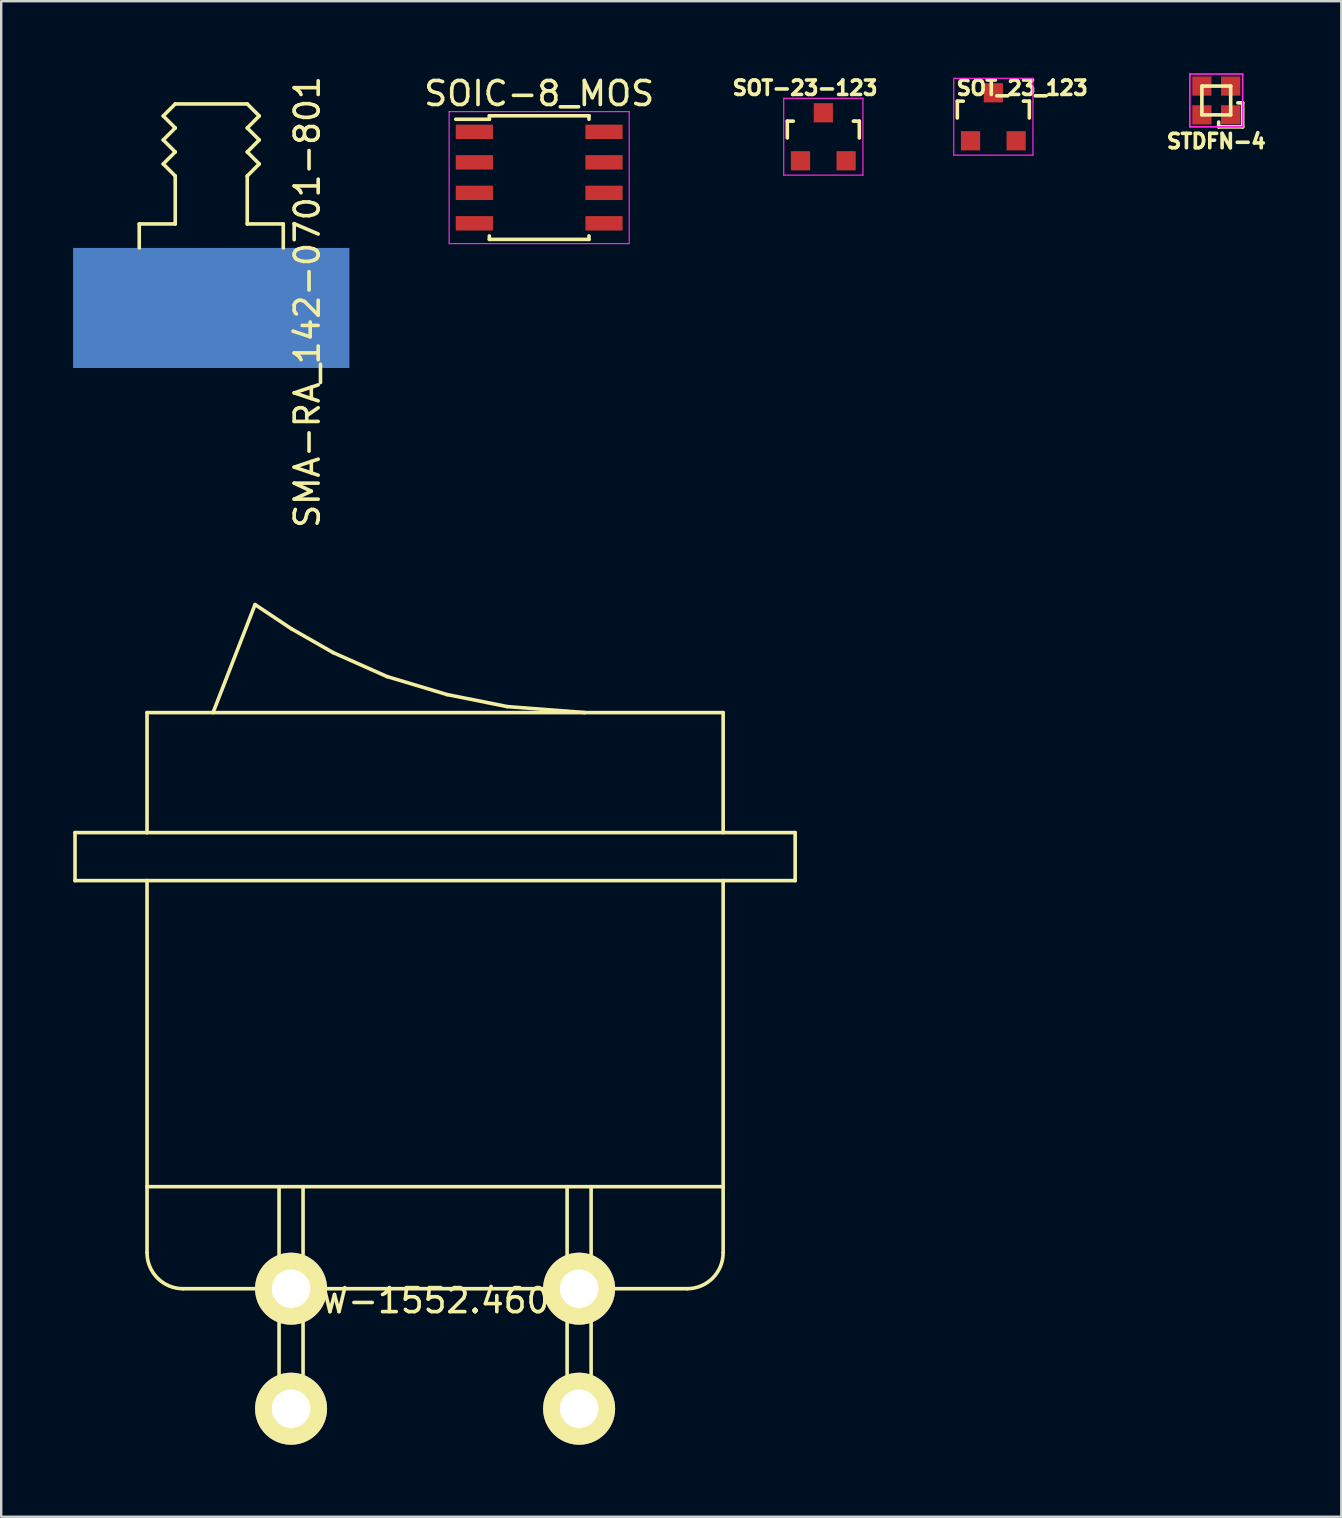
<source format=kicad_pcb>
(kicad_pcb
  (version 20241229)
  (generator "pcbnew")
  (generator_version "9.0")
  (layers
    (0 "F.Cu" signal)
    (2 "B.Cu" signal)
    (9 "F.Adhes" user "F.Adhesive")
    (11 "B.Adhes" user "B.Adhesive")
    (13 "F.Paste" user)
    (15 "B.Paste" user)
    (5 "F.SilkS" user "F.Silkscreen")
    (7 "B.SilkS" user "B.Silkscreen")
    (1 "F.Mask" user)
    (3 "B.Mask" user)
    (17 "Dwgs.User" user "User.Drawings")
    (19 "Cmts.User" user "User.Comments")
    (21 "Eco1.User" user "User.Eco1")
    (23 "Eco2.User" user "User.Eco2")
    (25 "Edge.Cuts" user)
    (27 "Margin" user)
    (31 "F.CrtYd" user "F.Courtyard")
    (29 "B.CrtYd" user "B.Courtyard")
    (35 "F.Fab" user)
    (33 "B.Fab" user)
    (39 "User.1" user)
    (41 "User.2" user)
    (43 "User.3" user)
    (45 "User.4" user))
  (footprint "SOIC-8_MOS"
    (layer "F.Cu")
    (at 19.411 4.348)
    (property "Reference" "SOIC-8_MOS" (at 0 -3.5 0) (layer "F.SilkS") (effects (font (size 1 1) (thickness 0.15))))
    (attr smd)
    (fp_line (start -2.075 -2.575) (end -2.075 -2.43) (stroke (width 0.15) (type solid)) (layer "F.SilkS"))
    (fp_line (start -2.075 -2.575) (end 2.075 -2.575) (stroke (width 0.15) (type solid)) (layer "F.SilkS"))
    (fp_line (start -2.075 -2.43) (end -3.475 -2.43) (stroke (width 0.15) (type solid)) (layer "F.SilkS"))
    (fp_line (start -2.075 2.575) (end -2.075 2.43) (stroke (width 0.15) (type solid)) (layer "F.SilkS"))
    (fp_line (start -2.075 2.575) (end 2.075 2.575) (stroke (width 0.15) (type solid)) (layer "F.SilkS"))
    (fp_line (start 2.075 -2.575) (end 2.075 -2.43) (stroke (width 0.15) (type solid)) (layer "F.SilkS"))
    (fp_line (start 2.075 2.575) (end 2.075 2.43) (stroke (width 0.15) (type solid)) (layer "F.SilkS"))
    (fp_line (start -3.75 -2.75) (end -3.75 2.75) (stroke (width 0.05) (type solid)) (layer "F.CrtYd"))
    (fp_line (start -3.75 -2.75) (end 3.75 -2.75) (stroke (width 0.05) (type solid)) (layer "F.CrtYd"))
    (fp_line (start -3.75 2.75) (end 3.75 2.75) (stroke (width 0.05) (type solid)) (layer "F.CrtYd"))
    (fp_line (start 3.75 -2.75) (end 3.75 2.75) (stroke (width 0.05) (type solid)) (layer "F.CrtYd"))
    (pad "1" smd rect (at -2.7 1.905) (size 1.55 0.6) (layers "F.Cu" "F.Mask" "F.Paste"))
    (pad "2" smd rect (at -2.7 -1.905) (size 1.55 0.6) (layers "F.Cu" "F.Mask" "F.Paste"))
    (pad "2" smd rect (at -2.7 -0.635) (size 1.55 0.6) (layers "F.Cu" "F.Mask" "F.Paste"))
    (pad "2" smd rect (at -2.7 0.635) (size 1.55 0.6) (layers "F.Cu" "F.Mask" "F.Paste"))
    (pad "3" smd rect (at 2.7 -1.905) (size 1.55 0.6) (layers "F.Cu" "F.Mask" "F.Paste"))
    (pad "3" smd rect (at 2.7 -0.635) (size 1.55 0.6) (layers "F.Cu" "F.Mask" "F.Paste"))
    (pad "3" smd rect (at 2.7 0.635) (size 1.55 0.6) (layers "F.Cu" "F.Mask" "F.Paste"))
    (pad "3" smd rect (at 2.7 1.905) (size 1.55 0.6) (layers "F.Cu" "F.Mask" "F.Paste")))
  (footprint "SOT-23-123"
    (layer "F.Cu")
    (at 31.248 2.646)
    (property "Reference" "SOT-23-123" (at -0.762 -2.032 0) (layer "F.SilkS") (effects (font (size 0.6 0.6) (thickness 0.15))))
    (attr smd)
    (fp_line (start -1.5 -0.65) (end -1.251 -0.65) (stroke (width 0.15) (type solid)) (layer "F.SilkS"))
    (fp_line (start -1.5 0.051) (end -1.5 -0.65) (stroke (width 0.15) (type solid)) (layer "F.SilkS"))
    (fp_line (start 1.299 -0.65) (end 1.251 -0.65) (stroke (width 0.15) (type solid)) (layer "F.SilkS"))
    (fp_line (start 1.299 -0.65) (end 1.5 -0.65) (stroke (width 0.15) (type solid)) (layer "F.SilkS"))
    (fp_line (start 1.5 -0.65) (end 1.5 0.051) (stroke (width 0.15) (type solid)) (layer "F.SilkS"))
    (fp_line (start -1.65 -1.6) (end 1.65 -1.6) (stroke (width 0.05) (type solid)) (layer "F.CrtYd"))
    (fp_line (start -1.65 1.6) (end -1.65 -1.6) (stroke (width 0.05) (type solid)) (layer "F.CrtYd"))
    (fp_line (start 1.65 -1.6) (end 1.65 1.6) (stroke (width 0.05) (type solid)) (layer "F.CrtYd"))
    (fp_line (start 1.65 1.6) (end -1.65 1.6) (stroke (width 0.05) (type solid)) (layer "F.CrtYd"))
    (pad "1" smd rect (at -0.95 1.001) (size 0.8 0.8) (layers "F.Cu" "F.Mask" "F.Paste"))
    (pad "2" smd rect (at 0.95 1.001) (size 0.8 0.8) (layers "F.Cu" "F.Mask" "F.Paste"))
    (pad "3" smd rect (at 0 -0.998) (size 0.8 0.8) (layers "F.Cu" "F.Mask" "F.Paste")))
  (footprint "SMA-RA_142-0701-801"
    (layer "F.Cu")
    (at 5.75 7.28)
    (property "Reference" "SMA-RA_142-0701-801" (at 4 2.25 90) (layer "F.SilkS") (effects (font (size 1 1) (thickness 0.15))))
    (attr through_hole)
    (fp_line (start -3 -1) (end -1.5 -1) (stroke (width 0.15) (type solid)) (layer "F.SilkS"))
    (fp_line (start -3 0) (end -3 -1) (stroke (width 0.15) (type solid)) (layer "F.SilkS"))
    (fp_line (start -2 -5.5) (end -1.5 -6) (stroke (width 0.15) (type solid)) (layer "F.SilkS"))
    (fp_line (start -2 -4.5) (end -1.5 -5) (stroke (width 0.15) (type solid)) (layer "F.SilkS"))
    (fp_line (start -2 -3.5) (end -1.5 -4) (stroke (width 0.15) (type solid)) (layer "F.SilkS"))
    (fp_line (start -1.5 -6) (end 1.5 -6) (stroke (width 0.15) (type solid)) (layer "F.SilkS"))
    (fp_line (start -1.5 -5) (end -2 -5.5) (stroke (width 0.15) (type solid)) (layer "F.SilkS"))
    (fp_line (start -1.5 -4) (end -2 -4.5) (stroke (width 0.15) (type solid)) (layer "F.SilkS"))
    (fp_line (start -1.5 -3) (end -2 -3.5) (stroke (width 0.15) (type solid)) (layer "F.SilkS"))
    (fp_line (start -1.5 -1) (end -1.5 -3) (stroke (width 0.15) (type solid)) (layer "F.SilkS"))
    (fp_line (start 1.5 -6) (end 2 -5.5) (stroke (width 0.15) (type solid)) (layer "F.SilkS"))
    (fp_line (start 1.5 -5) (end 2 -4.5) (stroke (width 0.15) (type solid)) (layer "F.SilkS"))
    (fp_line (start 1.5 -4) (end 2 -3.5) (stroke (width 0.15) (type solid)) (layer "F.SilkS"))
    (fp_line (start 1.5 -3) (end 1.5 -1) (stroke (width 0.15) (type solid)) (layer "F.SilkS"))
    (fp_line (start 1.5 -1) (end 3 -1) (stroke (width 0.15) (type solid)) (layer "F.SilkS"))
    (fp_line (start 2 -5.5) (end 1.5 -5) (stroke (width 0.15) (type solid)) (layer "F.SilkS"))
    (fp_line (start 2 -4.5) (end 1.5 -4) (stroke (width 0.15) (type solid)) (layer "F.SilkS"))
    (fp_line (start 2 -3.5) (end 1.5 -3) (stroke (width 0.15) (type solid)) (layer "F.SilkS"))
    (fp_line (start 3 -1) (end 3 0) (stroke (width 0.15) (type solid)) (layer "F.SilkS"))
    (pad "1" smd rect (at 0 2.5) (size 1.1 5) (layers "F.Cu" "F.Mask"))
    (pad "2" smd rect (at -4.25 2.5) (size 3 5) (layers "F.Cu" "F.Mask"))
    (pad "2" smd rect (at 0 2.5) (size 11.5 5) (layers "B.Cu" "B.Mask"))
    (pad "2" smd rect (at 4.25 2.5) (size 3 5) (layers "F.Cu" "F.Mask")))
  (footprint "SOT_23_123"
    (layer "F.Cu")
    (at 38.331 1.814)
    (property "Reference" "SOT_23_123" (at 1.2 -1.2 0) (layer "F.SilkS") (effects (font (size 0.6 0.6) (thickness 0.15))))
    (attr smd)
    (fp_line (start -1.5 -0.65) (end -1.251 -0.65) (stroke (width 0.15) (type solid)) (layer "F.SilkS"))
    (fp_line (start -1.5 0.051) (end -1.5 -0.65) (stroke (width 0.15) (type solid)) (layer "F.SilkS"))
    (fp_line (start 1.299 -0.65) (end 1.251 -0.65) (stroke (width 0.15) (type solid)) (layer "F.SilkS"))
    (fp_line (start 1.299 -0.65) (end 1.5 -0.65) (stroke (width 0.15) (type solid)) (layer "F.SilkS"))
    (fp_line (start 1.5 -0.65) (end 1.5 0.051) (stroke (width 0.15) (type solid)) (layer "F.SilkS"))
    (fp_line (start -1.65 -1.6) (end 1.65 -1.6) (stroke (width 0.05) (type solid)) (layer "F.CrtYd"))
    (fp_line (start -1.65 1.6) (end -1.65 -1.6) (stroke (width 0.05) (type solid)) (layer "F.CrtYd"))
    (fp_line (start 1.65 -1.6) (end 1.65 1.6) (stroke (width 0.05) (type solid)) (layer "F.CrtYd"))
    (fp_line (start 1.65 1.6) (end -1.65 1.6) (stroke (width 0.05) (type solid)) (layer "F.CrtYd"))
    (pad "1" smd rect (at -0.95 1.001) (size 0.8 0.8) (layers "F.Cu" "F.Mask" "F.Paste"))
    (pad "2" smd rect (at 0.95 1.001) (size 0.8 0.8) (layers "F.Cu" "F.Mask" "F.Paste"))
    (pad "3" smd rect (at 0 -0.998) (size 0.8 0.8) (layers "F.Cu" "F.Mask" "F.Paste")))
  (footprint "SW-1552.4606"
    (layer "F.Cu")
    (at 15.075 50.635)
    (property "Reference" "SW-1552.4606" (at 0 0.5 0) (layer "F.SilkS") (effects (font (size 1 1) (thickness 0.15))))
    (attr through_hole)
    (fp_line (start -15 -19) (end -12 -19) (stroke (width 0.15) (type solid)) (layer "F.SilkS"))
    (fp_line (start -15 -17) (end -15 -19) (stroke (width 0.15) (type solid)) (layer "F.SilkS"))
    (fp_line (start -12 -24) (end -12 -19) (stroke (width 0.15) (type solid)) (layer "F.SilkS"))
    (fp_line (start -12 -19) (end 15 -19) (stroke (width 0.15) (type solid)) (layer "F.SilkS"))
    (fp_line (start -12 -17) (end -15 -17) (stroke (width 0.15) (type solid)) (layer "F.SilkS"))
    (fp_line (start -12 -17) (end -12 -4.25) (stroke (width 0.15) (type solid)) (layer "F.SilkS"))
    (fp_line (start -12 -1.5) (end -12 -4.25) (stroke (width 0.15) (type solid)) (layer "F.SilkS"))
    (fp_line (start -9.25 -24) (end -7.5 -28.5) (stroke (width 0.15) (type solid)) (layer "F.SilkS"))
    (fp_line (start -7.5 -28.5) (end -6 -27.5) (stroke (width 0.15) (type solid)) (layer "F.SilkS"))
    (fp_line (start -6.5 -4.25) (end -6.5 -1.25) (stroke (width 0.15) (type solid)) (layer "F.SilkS"))
    (fp_line (start -6.5 1) (end -6.5 4) (stroke (width 0.15) (type solid)) (layer "F.SilkS"))
    (fp_line (start -6 -27.5) (end -4.25 -26.5) (stroke (width 0.15) (type solid)) (layer "F.SilkS"))
    (fp_line (start -5.5 -1.25) (end -5.5 -4.25) (stroke (width 0.15) (type solid)) (layer "F.SilkS"))
    (fp_line (start -5.5 4) (end -5.5 1) (stroke (width 0.15) (type solid)) (layer "F.SilkS"))
    (fp_line (start -4.25 -26.5) (end -2 -25.5) (stroke (width 0.15) (type solid)) (layer "F.SilkS"))
    (fp_line (start -2 -25.5) (end 0.5 -24.75) (stroke (width 0.15) (type solid)) (layer "F.SilkS"))
    (fp_line (start 0.5 -24.75) (end 3 -24.25) (stroke (width 0.15) (type solid)) (layer "F.SilkS"))
    (fp_line (start 3 -24.25) (end 6.25 -24) (stroke (width 0.15) (type solid)) (layer "F.SilkS"))
    (fp_line (start 5.5 -4.25) (end 5.5 -1.25) (stroke (width 0.15) (type solid)) (layer "F.SilkS"))
    (fp_line (start 5.5 3.75) (end 5.5 1) (stroke (width 0.15) (type solid)) (layer "F.SilkS"))
    (fp_line (start 6.5 -4.25) (end 6.5 -1.25) (stroke (width 0.15) (type solid)) (layer "F.SilkS"))
    (fp_line (start 6.5 1.25) (end 6.5 3.75) (stroke (width 0.15) (type solid)) (layer "F.SilkS"))
    (fp_line (start 10.5 0) (end -10.5 0) (stroke (width 0.15) (type solid)) (layer "F.SilkS"))
    (fp_line (start 12 -24) (end -12 -24) (stroke (width 0.15) (type solid)) (layer "F.SilkS"))
    (fp_line (start 12 -19) (end 12 -24) (stroke (width 0.15) (type solid)) (layer "F.SilkS"))
    (fp_line (start 12 -4.25) (end -12 -4.25) (stroke (width 0.15) (type solid)) (layer "F.SilkS"))
    (fp_line (start 12 -4.25) (end 12 -17) (stroke (width 0.15) (type solid)) (layer "F.SilkS"))
    (fp_line (start 12 -4.25) (end 12 -1.5) (stroke (width 0.15) (type solid)) (layer "F.SilkS"))
    (fp_line (start 15 -19) (end 15 -17) (stroke (width 0.15) (type solid)) (layer "F.SilkS"))
    (fp_line (start 15 -17) (end -12 -17) (stroke (width 0.15) (type solid)) (layer "F.SilkS"))
    (fp_arc (start -10.5 0) (mid -11.56066 -0.43934) (end -12 -1.5) (stroke (width 0.15) (type solid)) (layer "F.SilkS"))
    (fp_arc (start 12 -1.5) (mid 11.56066 -0.43934) (end 10.5 0) (stroke (width 0.15) (type solid)) (layer "F.SilkS"))
    (pad "1" thru_hole circle (at -6 0 90) (size 3 3) (drill 1.6) (layers "*.Cu" "*.Mask" "F.SilkS"))
    (pad "2" thru_hole circle (at 6 0 90) (size 3 3) (drill 1.6) (layers "*.Cu" "*.Mask" "F.SilkS"))
    (pad "3" thru_hole circle (at -6 5 90) (size 3 3) (drill 1.6) (layers "*.Cu" "*.Mask" "F.SilkS"))
    (pad "4" thru_hole circle (at 6 5 90) (size 3 3) (drill 1.6) (layers "*.Cu" "*.Mask" "F.SilkS")))
  (footprint "STDFN-4"
    (layer "F.Cu")
    (at 47.618 1.135)
    (property "Reference" "STDFN-4" (at 0 1.7 0) (layer "F.SilkS") (effects (font (size 0.6 0.6) (thickness 0.15))))
    (attr through_hole)
    (fp_line (start -0.6 -0.6) (end 0.6 -0.6) (stroke (width 0.15) (type solid)) (layer "F.SilkS"))
    (fp_line (start -0.6 0.6) (end -0.6 -0.6) (stroke (width 0.15) (type solid)) (layer "F.SilkS"))
    (fp_line (start 0.1 1.1) (end 0.1 0.9) (stroke (width 0.15) (type solid)) (layer "F.SilkS"))
    (fp_line (start 0.6 -0.6) (end 0.6 0.6) (stroke (width 0.15) (type solid)) (layer "F.SilkS"))
    (fp_line (start 0.6 0.6) (end -0.6 0.6) (stroke (width 0.15) (type solid)) (layer "F.SilkS"))
    (fp_line (start 0.9 0.1) (end 1.1 0.1) (stroke (width 0.15) (type solid)) (layer "F.SilkS"))
    (fp_line (start 1.1 0.1) (end 1.1 1.1) (stroke (width 0.15) (type solid)) (layer "F.SilkS"))
    (fp_line (start 1.1 1.1) (end 0.1 1.1) (stroke (width 0.15) (type solid)) (layer "F.SilkS"))
    (fp_line (start -1.1 -1.1) (end -1.1 1.1) (stroke (width 0.07) (type solid)) (layer "F.CrtYd"))
    (fp_line (start -1.1 1.1) (end 1.1 1.1) (stroke (width 0.07) (type solid)) (layer "F.CrtYd"))
    (fp_line (start 1.1 -1.1) (end -1.1 -1.1) (stroke (width 0.07) (type solid)) (layer "F.CrtYd"))
    (fp_line (start 1.1 1.1) (end 1.1 -1.1) (stroke (width 0.07) (type solid)) (layer "F.CrtYd"))
    (pad "1" smd rect (at 0.6 0.6) (size 0.8 0.8) (layers "F.Cu" "F.Mask" "F.Paste"))
    (pad "2" smd rect (at 0.6 -0.6) (size 0.8 0.8) (layers "F.Cu" "F.Mask" "F.Paste"))
    (pad "3" smd rect (at -0.6 -0.6) (size 0.8 0.8) (layers "F.Cu" "F.Mask" "F.Paste"))
    (pad "4" smd rect (at -0.6 0.6) (size 0.8 0.8) (layers "F.Cu" "F.Mask" "F.Paste")))
  (gr_rect
    (start -3 -3)
    (end 52.826 60.135)
    (stroke (width 0.1) (type default))
    (fill no)
    (layer "Edge.Cuts")))
</source>
